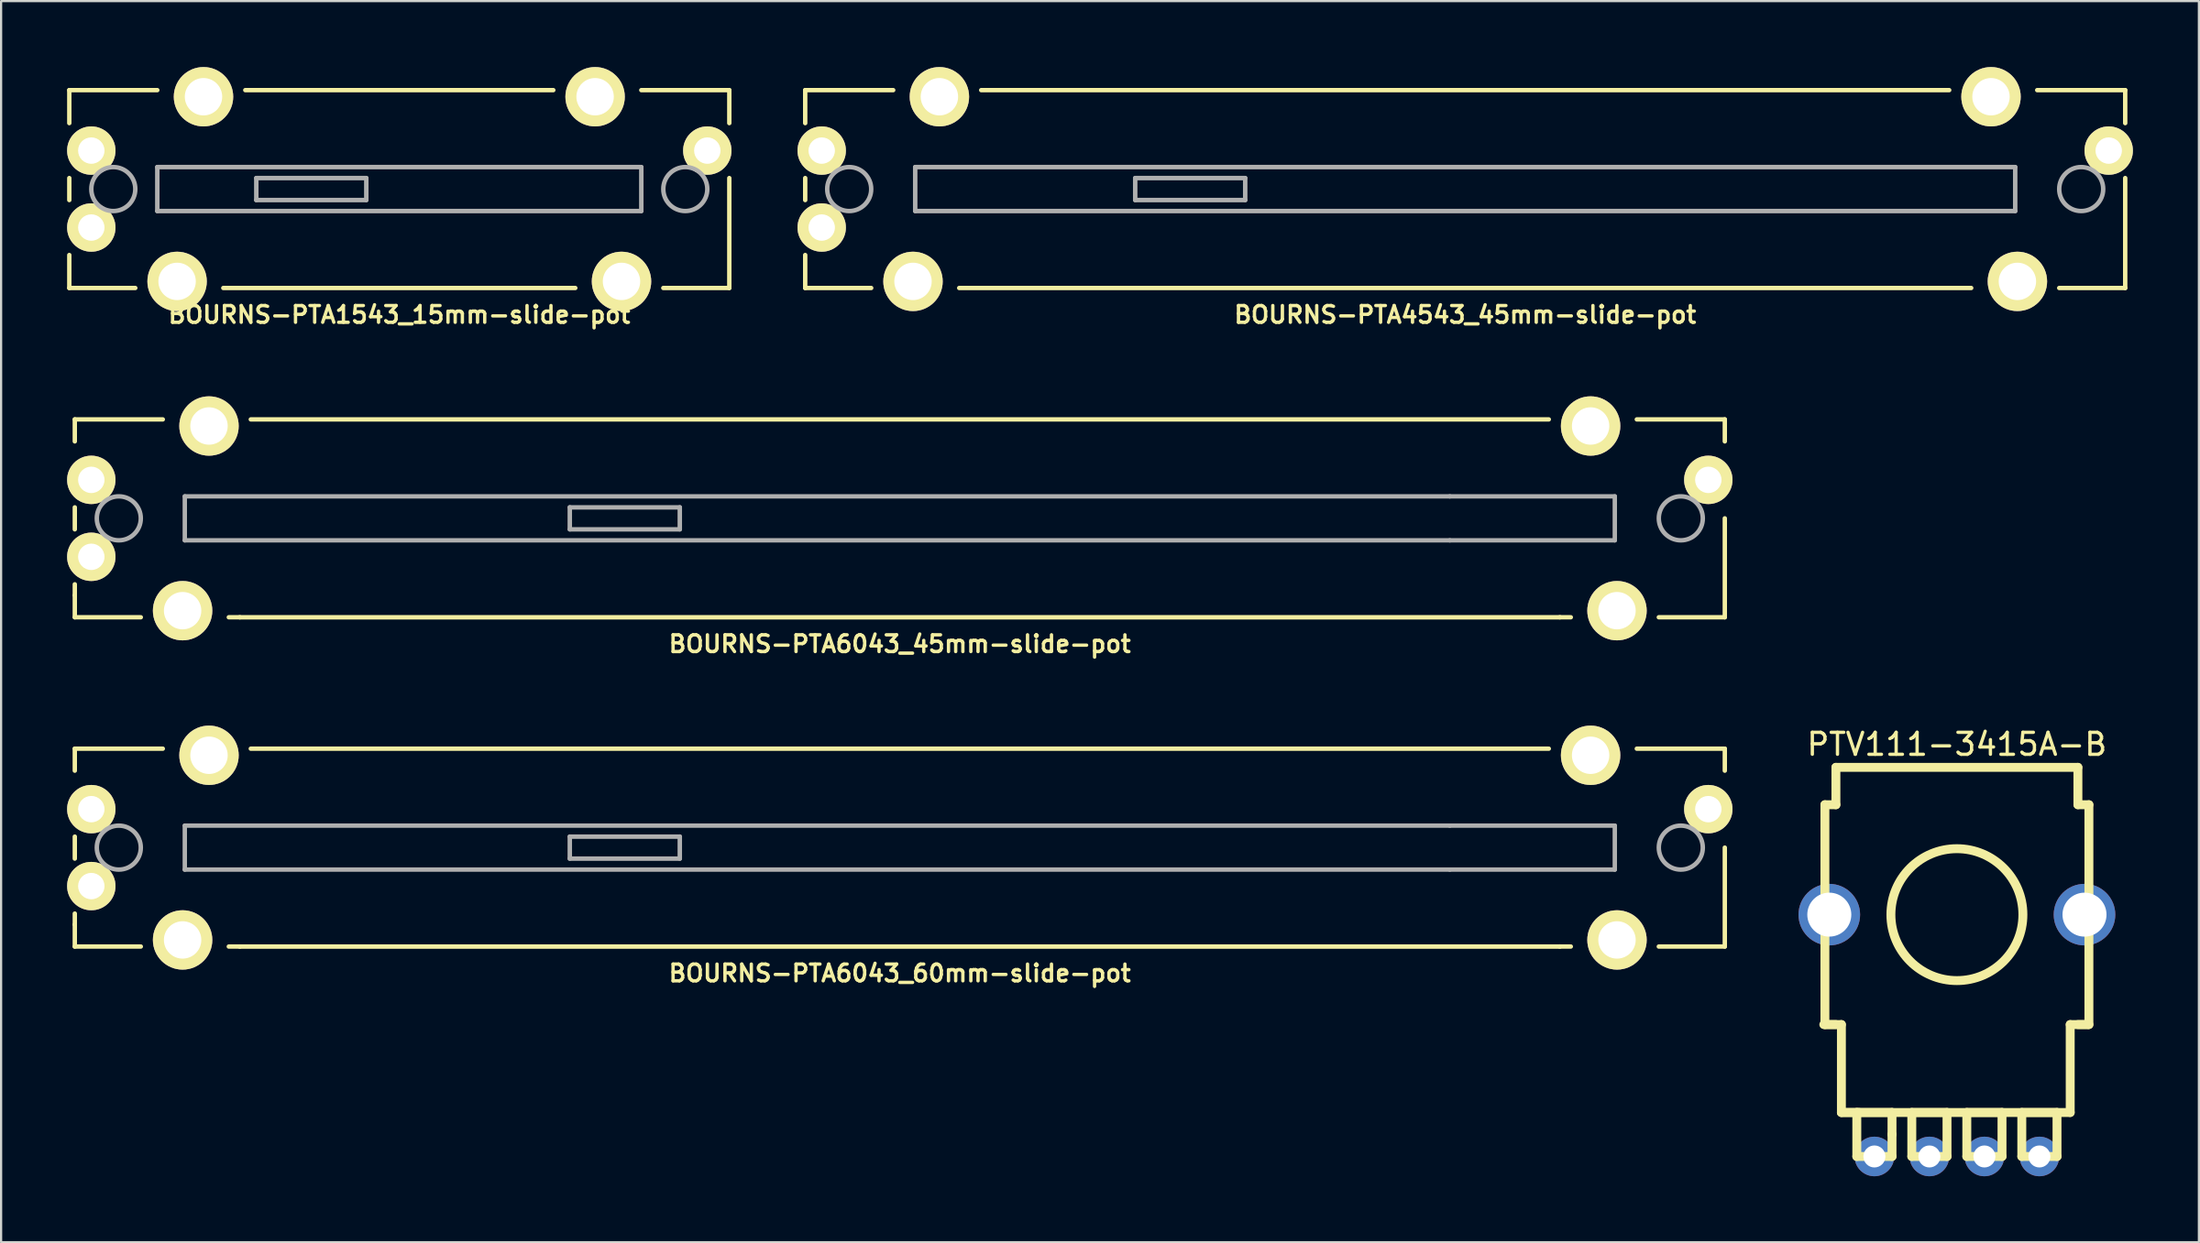
<source format=kicad_pcb>
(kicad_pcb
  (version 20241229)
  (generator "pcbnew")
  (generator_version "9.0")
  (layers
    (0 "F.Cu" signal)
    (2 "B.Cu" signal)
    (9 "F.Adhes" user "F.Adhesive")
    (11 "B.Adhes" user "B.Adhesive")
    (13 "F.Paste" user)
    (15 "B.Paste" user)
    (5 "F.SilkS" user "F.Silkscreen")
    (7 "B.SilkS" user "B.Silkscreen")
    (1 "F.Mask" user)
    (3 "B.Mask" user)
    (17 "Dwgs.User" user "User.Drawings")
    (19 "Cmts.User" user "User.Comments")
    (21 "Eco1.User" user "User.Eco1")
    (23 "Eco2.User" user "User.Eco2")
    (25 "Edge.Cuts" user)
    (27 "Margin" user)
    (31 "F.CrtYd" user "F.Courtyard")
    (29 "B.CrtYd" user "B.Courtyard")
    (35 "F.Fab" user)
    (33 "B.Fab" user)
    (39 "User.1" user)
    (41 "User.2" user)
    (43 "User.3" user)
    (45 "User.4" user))
  (footprint "BOURNS-PTA4543_45mm-slide-pot"
    (layer "F.Cu")
    (at 63.55 5.55)
    (property "Reference" "BOURNS-PTA4543_45mm-slide-pot" (at 0 5.715 0) (layer "F.SilkS") (effects (font (size 0.762 0.762) (thickness 0.152))))
    (attr through_hole)
    (fp_line (start -30 -4.5) (end -30 -3) (stroke (width 0.2) (type solid)) (layer "F.SilkS"))
    (fp_line (start -30 -0.5) (end -30 0.5) (stroke (width 0.2) (type solid)) (layer "F.SilkS"))
    (fp_line (start -30 3) (end -30 4.5) (stroke (width 0.2) (type solid)) (layer "F.SilkS"))
    (fp_line (start -30 4.5) (end -27 4.5) (stroke (width 0.2) (type solid)) (layer "F.SilkS"))
    (fp_line (start -26 -4.5) (end -30 -4.5) (stroke (width 0.2) (type solid)) (layer "F.SilkS"))
    (fp_line (start -23 4.5) (end 23 4.5) (stroke (width 0.2) (type solid)) (layer "F.SilkS"))
    (fp_line (start 22 -4.5) (end -22 -4.5) (stroke (width 0.2) (type solid)) (layer "F.SilkS"))
    (fp_line (start 27 4.5) (end 30 4.5) (stroke (width 0.2) (type solid)) (layer "F.SilkS"))
    (fp_line (start 30 -4.5) (end 26 -4.5) (stroke (width 0.2) (type solid)) (layer "F.SilkS"))
    (fp_line (start 30 -3) (end 30 -4.5) (stroke (width 0.2) (type solid)) (layer "F.SilkS"))
    (fp_line (start 30 4.5) (end 30 -0.5) (stroke (width 0.2) (type solid)) (layer "F.SilkS"))
    (fp_line (start -25 -1) (end -25 1) (stroke (width 0.203) (type solid)) (layer "F.Fab"))
    (fp_line (start -25 1) (end 25 1) (stroke (width 0.203) (type solid)) (layer "F.Fab"))
    (fp_line (start -15 -0.5) (end -15 0.5) (stroke (width 0.203) (type solid)) (layer "F.Fab"))
    (fp_line (start -15 0.5) (end -10 0.5) (stroke (width 0.203) (type solid)) (layer "F.Fab"))
    (fp_line (start -10 -0.5) (end -15 -0.5) (stroke (width 0.203) (type solid)) (layer "F.Fab"))
    (fp_line (start -10 0.5) (end -10 -0.5) (stroke (width 0.203) (type solid)) (layer "F.Fab"))
    (fp_line (start 25 -1) (end -25 -1) (stroke (width 0.203) (type solid)) (layer "F.Fab"))
    (fp_line (start 25 1) (end 25 -1) (stroke (width 0.203) (type solid)) (layer "F.Fab"))
    (fp_circle (center -28 0) (end -27 0) (stroke (width 0.203) (type solid)) (fill no) (layer "F.Fab"))
    (fp_circle (center 28 0) (end 27 0) (stroke (width 0.203) (type solid)) (fill no) (layer "F.Fab"))
    (pad "" thru_hole circle (at -25.1 4.2) (size 2.7 2.7) (drill 1.7) (layers "*.Cu" "*.Mask" "F.SilkS"))
    (pad "" thru_hole circle (at -23.9 -4.2) (size 2.7 2.7) (drill 1.7) (layers "*.Cu" "*.Mask" "F.SilkS"))
    (pad "" thru_hole circle (at 23.9 -4.2) (size 2.7 2.7) (drill 1.7) (layers "*.Cu" "*.Mask" "F.SilkS"))
    (pad "" thru_hole circle (at 25.1 4.2) (size 2.7 2.7) (drill 1.7) (layers "*.Cu" "*.Mask" "F.SilkS"))
    (pad "1" thru_hole circle (at -29.25 -1.75) (size 2.2 2.2) (drill 1.2) (layers "*.Cu" "*.Mask" "F.SilkS"))
    (pad "2" thru_hole circle (at -29.25 1.75) (size 2.2 2.2) (drill 1.2) (layers "*.Cu" "*.Mask" "F.SilkS"))
    (pad "3" thru_hole circle (at 29.25 -1.75) (size 2.2 2.2) (drill 1.2) (layers "*.Cu" "*.Mask" "F.SilkS")))
  (footprint "BOURNS-PTA1543_15mm-slide-pot"
    (layer "F.Cu")
    (at 15.1 5.55)
    (property "Reference" "BOURNS-PTA1543_15mm-slide-pot" (at 0 5.715 0) (layer "F.SilkS") (effects (font (size 0.762 0.762) (thickness 0.152))))
    (attr through_hole)
    (fp_line (start -15 -4.5) (end -15 -3) (stroke (width 0.2) (type solid)) (layer "F.SilkS"))
    (fp_line (start -15 -0.5) (end -15 0.5) (stroke (width 0.2) (type solid)) (layer "F.SilkS"))
    (fp_line (start -15 4.5) (end -15 3) (stroke (width 0.2) (type solid)) (layer "F.SilkS"))
    (fp_line (start -15 4.5) (end -12 4.5) (stroke (width 0.2) (type solid)) (layer "F.SilkS"))
    (fp_line (start -11 -4.5) (end -15 -4.5) (stroke (width 0.2) (type solid)) (layer "F.SilkS"))
    (fp_line (start -8 4.5) (end 8 4.5) (stroke (width 0.2) (type solid)) (layer "F.SilkS"))
    (fp_line (start 7 -4.5) (end -7 -4.5) (stroke (width 0.2) (type solid)) (layer "F.SilkS"))
    (fp_line (start 12 4.5) (end 15 4.5) (stroke (width 0.2) (type solid)) (layer "F.SilkS"))
    (fp_line (start 15 -4.5) (end 11 -4.5) (stroke (width 0.2) (type solid)) (layer "F.SilkS"))
    (fp_line (start 15 -3) (end 15 -4.5) (stroke (width 0.2) (type solid)) (layer "F.SilkS"))
    (fp_line (start 15 -0.5) (end 15 4.5) (stroke (width 0.2) (type solid)) (layer "F.SilkS"))
    (fp_line (start -11 -1) (end -11 1) (stroke (width 0.203) (type solid)) (layer "F.Fab"))
    (fp_line (start -11 -1) (end 11 -1) (stroke (width 0.203) (type solid)) (layer "F.Fab"))
    (fp_line (start -6.5 -0.5) (end -6.5 0.5) (stroke (width 0.203) (type solid)) (layer "F.Fab"))
    (fp_line (start -6.5 0.5) (end -1.5 0.5) (stroke (width 0.203) (type solid)) (layer "F.Fab"))
    (fp_line (start -1.5 -0.5) (end -6.5 -0.5) (stroke (width 0.203) (type solid)) (layer "F.Fab"))
    (fp_line (start -1.5 0.5) (end -1.5 -0.5) (stroke (width 0.203) (type solid)) (layer "F.Fab"))
    (fp_line (start 11 1) (end -11 1) (stroke (width 0.203) (type solid)) (layer "F.Fab"))
    (fp_line (start 11 1) (end 11 -1) (stroke (width 0.203) (type solid)) (layer "F.Fab"))
    (fp_circle (center -13 0) (end -12 0) (stroke (width 0.203) (type solid)) (fill no) (layer "F.Fab"))
    (fp_circle (center 13 0) (end 12 0) (stroke (width 0.203) (type solid)) (fill no) (layer "F.Fab"))
    (pad "" thru_hole circle (at -10.1 4.2) (size 2.7 2.7) (drill 1.7) (layers "*.Cu" "*.Mask" "F.SilkS"))
    (pad "" thru_hole circle (at -8.9 -4.2) (size 2.7 2.7) (drill 1.7) (layers "*.Cu" "*.Mask" "F.SilkS"))
    (pad "" thru_hole circle (at 8.9 -4.2) (size 2.7 2.7) (drill 1.7) (layers "*.Cu" "*.Mask" "F.SilkS"))
    (pad "" thru_hole circle (at 10.1 4.2) (size 2.7 2.7) (drill 1.7) (layers "*.Cu" "*.Mask" "F.SilkS"))
    (pad "1" thru_hole circle (at -14 -1.75) (size 2.2 2.2) (drill 1.2) (layers "*.Cu" "*.Mask" "F.SilkS"))
    (pad "2" thru_hole circle (at -14 1.75) (size 2.2 2.2) (drill 1.2) (layers "*.Cu" "*.Mask" "F.SilkS"))
    (pad "3" thru_hole circle (at 14 -1.75) (size 2.2 2.2) (drill 1.2) (layers "*.Cu" "*.Mask" "F.SilkS")))
  (footprint "PTV111-3415A-B"
    (layer "F.Cu")
    (at 85.9 38.555)
    (property "Reference" "PTV111-3415A-B" (at 0 -7.75 0) (layer "F.SilkS") (effects (font (size 1 1) (thickness 0.15))))
    (attr through_hole)
    (fp_line (start -6 5) (end -6 -5) (stroke (width 0.405) (type solid)) (layer "F.SilkS"))
    (fp_line (start -6 5) (end -5.5 5) (stroke (width 0.405) (type solid)) (layer "F.SilkS"))
    (fp_line (start -5.5 -6.7) (end -5.5 -5) (stroke (width 0.405) (type solid)) (layer "F.SilkS"))
    (fp_line (start -5.5 -5) (end -6 -5) (stroke (width 0.405) (type solid)) (layer "F.SilkS"))
    (fp_line (start -5.25 5) (end -6.05 5) (stroke (width 0.405) (type solid)) (layer "F.SilkS"))
    (fp_line (start -5.25 9) (end -5.25 5) (stroke (width 0.405) (type solid)) (layer "F.SilkS"))
    (fp_line (start -5.25 9) (end 5.15 9) (stroke (width 0.405) (type solid)) (layer "F.SilkS"))
    (fp_line (start -4.55 9) (end -4.55 11) (stroke (width 0.405) (type solid)) (layer "F.SilkS"))
    (fp_line (start -4.55 11) (end -2.95 11) (stroke (width 0.405) (type solid)) (layer "F.SilkS"))
    (fp_line (start -4.45 9) (end -5.25 9) (stroke (width 0.405) (type solid)) (layer "F.SilkS"))
    (fp_line (start -2.95 9) (end -4.55 9) (stroke (width 0.405) (type solid)) (layer "F.SilkS"))
    (fp_line (start -2.95 10) (end -2.95 9) (stroke (width 0.405) (type solid)) (layer "F.SilkS"))
    (fp_line (start -2.95 11) (end -2.95 10) (stroke (width 0.405) (type solid)) (layer "F.SilkS"))
    (fp_line (start -2.05 9) (end -2.05 11) (stroke (width 0.405) (type solid)) (layer "F.SilkS"))
    (fp_line (start -2.05 11) (end -0.45 11) (stroke (width 0.405) (type solid)) (layer "F.SilkS"))
    (fp_line (start -0.45 9) (end -2.05 9) (stroke (width 0.405) (type solid)) (layer "F.SilkS"))
    (fp_line (start -0.45 11) (end -0.45 9) (stroke (width 0.405) (type solid)) (layer "F.SilkS"))
    (fp_line (start 0.45 9) (end 0.45 11) (stroke (width 0.405) (type solid)) (layer "F.SilkS"))
    (fp_line (start 0.45 11) (end 2.05 11) (stroke (width 0.405) (type solid)) (layer "F.SilkS"))
    (fp_line (start 2.05 9) (end 0.45 9) (stroke (width 0.405) (type solid)) (layer "F.SilkS"))
    (fp_line (start 2.05 11) (end 2.05 9) (stroke (width 0.405) (type solid)) (layer "F.SilkS"))
    (fp_line (start 2.95 9) (end 2.95 11) (stroke (width 0.405) (type solid)) (layer "F.SilkS"))
    (fp_line (start 2.95 11) (end 4.55 11) (stroke (width 0.405) (type solid)) (layer "F.SilkS"))
    (fp_line (start 4.55 9) (end 2.95 9) (stroke (width 0.405) (type solid)) (layer "F.SilkS"))
    (fp_line (start 4.55 11) (end 4.55 9) (stroke (width 0.405) (type solid)) (layer "F.SilkS"))
    (fp_line (start 5.15 5) (end 5.95 5) (stroke (width 0.405) (type solid)) (layer "F.SilkS"))
    (fp_line (start 5.15 9) (end 5.15 5) (stroke (width 0.405) (type solid)) (layer "F.SilkS"))
    (fp_line (start 5.5 -6.7) (end -5.5 -6.7) (stroke (width 0.405) (type solid)) (layer "F.SilkS"))
    (fp_line (start 5.5 -5) (end 5.5 -6.7) (stroke (width 0.405) (type solid)) (layer "F.SilkS"))
    (fp_line (start 6 -5) (end 5.5 -5) (stroke (width 0.405) (type solid)) (layer "F.SilkS"))
    (fp_line (start 6 -5) (end 6 0) (stroke (width 0.405) (type solid)) (layer "F.SilkS"))
    (fp_line (start 6 0) (end 6 5) (stroke (width 0.405) (type solid)) (layer "F.SilkS"))
    (fp_line (start 6 5) (end 5.5 5) (stroke (width 0.405) (type solid)) (layer "F.SilkS"))
    (fp_circle (center 0 0) (end 3 0) (stroke (width 0.405) (type solid)) (fill no) (layer "F.SilkS"))
    (pad "" thru_hole circle (at -5.8 0) (size 2.8 2.8) (drill 2) (layers "*.Cu" "*.Mask"))
    (pad "" thru_hole circle (at 3.75 11) (size 1.8 1.8) (drill 1) (layers "*.Cu" "*.Mask"))
    (pad "" thru_hole circle (at 5.8 0) (size 2.8 2.8) (drill 2) (layers "*.Cu" "*.Mask"))
    (pad "1" thru_hole circle (at -3.75 11) (size 1.8 1.8) (drill 1) (layers "*.Cu" "*.Mask"))
    (pad "2" thru_hole circle (at -1.25 11) (size 1.8 1.8) (drill 1) (layers "*.Cu" "*.Mask"))
    (pad "3" thru_hole circle (at 1.25 11) (size 1.8 1.8) (drill 1) (layers "*.Cu" "*.Mask")))
  (footprint "BOURNS-PTA6043_45mm-slide-pot"
    (layer "F.Cu")
    (at 37.85 20.528)
    (property "Reference" "BOURNS-PTA6043_45mm-slide-pot" (at 0 5.715 0) (layer "F.SilkS") (effects (font (size 0.762 0.762) (thickness 0.152))))
    (attr through_hole)
    (fp_line (start -37.5 -3.5) (end -37.5 -4.5) (stroke (width 0.2) (type solid)) (layer "F.SilkS"))
    (fp_line (start -37.5 0.5) (end -37.5 -0.5) (stroke (width 0.2) (type solid)) (layer "F.SilkS"))
    (fp_line (start -37.5 3.5) (end -37.5 3) (stroke (width 0.2) (type solid)) (layer "F.SilkS"))
    (fp_line (start -37.5 4.5) (end -37.5 3.5) (stroke (width 0.2) (type solid)) (layer "F.SilkS"))
    (fp_line (start -34.5 4.5) (end -37.5 4.5) (stroke (width 0.2) (type solid)) (layer "F.SilkS"))
    (fp_line (start -33.5 -4.5) (end -37.5 -4.5) (stroke (width 0.2) (type solid)) (layer "F.SilkS"))
    (fp_line (start -30 4.5) (end -30.5 4.5) (stroke (width 0.2) (type solid)) (layer "F.SilkS"))
    (fp_line (start -30 4.5) (end 30 4.5) (stroke (width 0.203) (type solid)) (layer "F.SilkS"))
    (fp_line (start 29.5 -4.5) (end -29.5 -4.5) (stroke (width 0.2) (type solid)) (layer "F.SilkS"))
    (fp_line (start 30 4.5) (end 30.5 4.5) (stroke (width 0.2) (type solid)) (layer "F.SilkS"))
    (fp_line (start 37.5 -4.5) (end 33.5 -4.5) (stroke (width 0.2) (type solid)) (layer "F.SilkS"))
    (fp_line (start 37.5 -3.5) (end 37.5 -4.5) (stroke (width 0.2) (type solid)) (layer "F.SilkS"))
    (fp_line (start 37.5 4.5) (end 34.5 4.5) (stroke (width 0.2) (type solid)) (layer "F.SilkS"))
    (fp_line (start 37.5 4.5) (end 37.5 0) (stroke (width 0.2) (type solid)) (layer "F.SilkS"))
    (fp_line (start -32.5 1) (end -32.5 -1) (stroke (width 0.2) (type solid)) (layer "F.Fab"))
    (fp_line (start -32.5 1) (end 25 1) (stroke (width 0.2) (type solid)) (layer "F.Fab"))
    (fp_line (start -15 -0.5) (end -15 0.5) (stroke (width 0.203) (type solid)) (layer "F.Fab"))
    (fp_line (start -15 0.5) (end -10 0.5) (stroke (width 0.203) (type solid)) (layer "F.Fab"))
    (fp_line (start -10 -0.5) (end -15 -0.5) (stroke (width 0.203) (type solid)) (layer "F.Fab"))
    (fp_line (start -10 0.5) (end -10 -0.5) (stroke (width 0.203) (type solid)) (layer "F.Fab"))
    (fp_line (start 25 -1) (end -32.5 -1) (stroke (width 0.2) (type solid)) (layer "F.Fab"))
    (fp_line (start 25 -1) (end 32.5 -1) (stroke (width 0.2) (type solid)) (layer "F.Fab"))
    (fp_line (start 25 1) (end 32.5 1) (stroke (width 0.2) (type solid)) (layer "F.Fab"))
    (fp_line (start 32.5 1) (end 32.5 -1) (stroke (width 0.2) (type solid)) (layer "F.Fab"))
    (fp_circle (center -35.5 0) (end -34.5 0) (stroke (width 0.203) (type solid)) (fill no) (layer "F.Fab"))
    (fp_circle (center 35.5 0) (end 34.5 0) (stroke (width 0.203) (type solid)) (fill no) (layer "F.Fab"))
    (pad "" thru_hole circle (at -32.6 4.2) (size 2.7 2.7) (drill 1.7) (layers "*.Cu" "*.Mask" "F.SilkS"))
    (pad "" thru_hole circle (at -31.4 -4.2) (size 2.7 2.7) (drill 1.7) (layers "*.Cu" "*.Mask" "F.SilkS"))
    (pad "" thru_hole circle (at 31.4 -4.2) (size 2.7 2.7) (drill 1.7) (layers "*.Cu" "*.Mask" "F.SilkS"))
    (pad "" thru_hole circle (at 32.6 4.2) (size 2.7 2.7) (drill 1.7) (layers "*.Cu" "*.Mask" "F.SilkS"))
    (pad "1" thru_hole circle (at -36.75 -1.75) (size 2.2 2.2) (drill 1.2) (layers "*.Cu" "*.Mask" "F.SilkS"))
    (pad "2" thru_hole circle (at -36.75 1.75) (size 2.2 2.2) (drill 1.2) (layers "*.Cu" "*.Mask" "F.SilkS"))
    (pad "3" thru_hole circle (at 36.75 -1.75) (size 2.2 2.2) (drill 1.2) (layers "*.Cu" "*.Mask" "F.SilkS")))
  (footprint "BOURNS-PTA6043_60mm-slide-pot"
    (layer "F.Cu")
    (at 37.85 35.506)
    (property "Reference" "BOURNS-PTA6043_60mm-slide-pot" (at 0 5.715 0) (layer "F.SilkS") (effects (font (size 0.762 0.762) (thickness 0.152))))
    (attr through_hole)
    (fp_line (start -37.5 -3.5) (end -37.5 -4.5) (stroke (width 0.2) (type solid)) (layer "F.SilkS"))
    (fp_line (start -37.5 0.5) (end -37.5 -0.5) (stroke (width 0.2) (type solid)) (layer "F.SilkS"))
    (fp_line (start -37.5 3.5) (end -37.5 3) (stroke (width 0.2) (type solid)) (layer "F.SilkS"))
    (fp_line (start -37.5 4.5) (end -37.5 3.5) (stroke (width 0.2) (type solid)) (layer "F.SilkS"))
    (fp_line (start -34.5 4.5) (end -37.5 4.5) (stroke (width 0.2) (type solid)) (layer "F.SilkS"))
    (fp_line (start -33.5 -4.5) (end -37.5 -4.5) (stroke (width 0.2) (type solid)) (layer "F.SilkS"))
    (fp_line (start -30 4.5) (end -30.5 4.5) (stroke (width 0.2) (type solid)) (layer "F.SilkS"))
    (fp_line (start -30 4.5) (end 30 4.5) (stroke (width 0.203) (type solid)) (layer "F.SilkS"))
    (fp_line (start 29.5 -4.5) (end -29.5 -4.5) (stroke (width 0.2) (type solid)) (layer "F.SilkS"))
    (fp_line (start 30 4.5) (end 30.5 4.5) (stroke (width 0.2) (type solid)) (layer "F.SilkS"))
    (fp_line (start 37.5 -4.5) (end 33.5 -4.5) (stroke (width 0.2) (type solid)) (layer "F.SilkS"))
    (fp_line (start 37.5 -3.5) (end 37.5 -4.5) (stroke (width 0.2) (type solid)) (layer "F.SilkS"))
    (fp_line (start 37.5 4.5) (end 34.5 4.5) (stroke (width 0.2) (type solid)) (layer "F.SilkS"))
    (fp_line (start 37.5 4.5) (end 37.5 0) (stroke (width 0.2) (type solid)) (layer "F.SilkS"))
    (fp_line (start -32.5 1) (end -32.5 -1) (stroke (width 0.2) (type solid)) (layer "F.Fab"))
    (fp_line (start -32.5 1) (end 25 1) (stroke (width 0.2) (type solid)) (layer "F.Fab"))
    (fp_line (start -15 -0.5) (end -15 0.5) (stroke (width 0.203) (type solid)) (layer "F.Fab"))
    (fp_line (start -15 0.5) (end -10 0.5) (stroke (width 0.203) (type solid)) (layer "F.Fab"))
    (fp_line (start -10 -0.5) (end -15 -0.5) (stroke (width 0.203) (type solid)) (layer "F.Fab"))
    (fp_line (start -10 0.5) (end -10 -0.5) (stroke (width 0.203) (type solid)) (layer "F.Fab"))
    (fp_line (start 25 -1) (end -32.5 -1) (stroke (width 0.2) (type solid)) (layer "F.Fab"))
    (fp_line (start 25 -1) (end 32.5 -1) (stroke (width 0.2) (type solid)) (layer "F.Fab"))
    (fp_line (start 25 1) (end 32.5 1) (stroke (width 0.2) (type solid)) (layer "F.Fab"))
    (fp_line (start 32.5 1) (end 32.5 -1) (stroke (width 0.2) (type solid)) (layer "F.Fab"))
    (fp_circle (center -35.5 0) (end -34.5 0) (stroke (width 0.203) (type solid)) (fill no) (layer "F.Fab"))
    (fp_circle (center 35.5 0) (end 34.5 0) (stroke (width 0.203) (type solid)) (fill no) (layer "F.Fab"))
    (pad "" thru_hole circle (at -32.6 4.2) (size 2.7 2.7) (drill 1.7) (layers "*.Cu" "*.Mask" "F.SilkS"))
    (pad "" thru_hole circle (at -31.4 -4.2) (size 2.7 2.7) (drill 1.7) (layers "*.Cu" "*.Mask" "F.SilkS"))
    (pad "" thru_hole circle (at 31.4 -4.2) (size 2.7 2.7) (drill 1.7) (layers "*.Cu" "*.Mask" "F.SilkS"))
    (pad "" thru_hole circle (at 32.6 4.2) (size 2.7 2.7) (drill 1.7) (layers "*.Cu" "*.Mask" "F.SilkS"))
    (pad "1" thru_hole circle (at -36.75 -1.75) (size 2.2 2.2) (drill 1.2) (layers "*.Cu" "*.Mask" "F.SilkS"))
    (pad "2" thru_hole circle (at -36.75 1.75) (size 2.2 2.2) (drill 1.2) (layers "*.Cu" "*.Mask" "F.SilkS"))
    (pad "3" thru_hole circle (at 36.75 -1.75) (size 2.2 2.2) (drill 1.2) (layers "*.Cu" "*.Mask" "F.SilkS")))
  (gr_rect
    (start -3 -3)
    (end 96.9 53.455)
    (stroke (width 0.1) (type default))
    (fill no)
    (layer "Edge.Cuts")))
</source>
